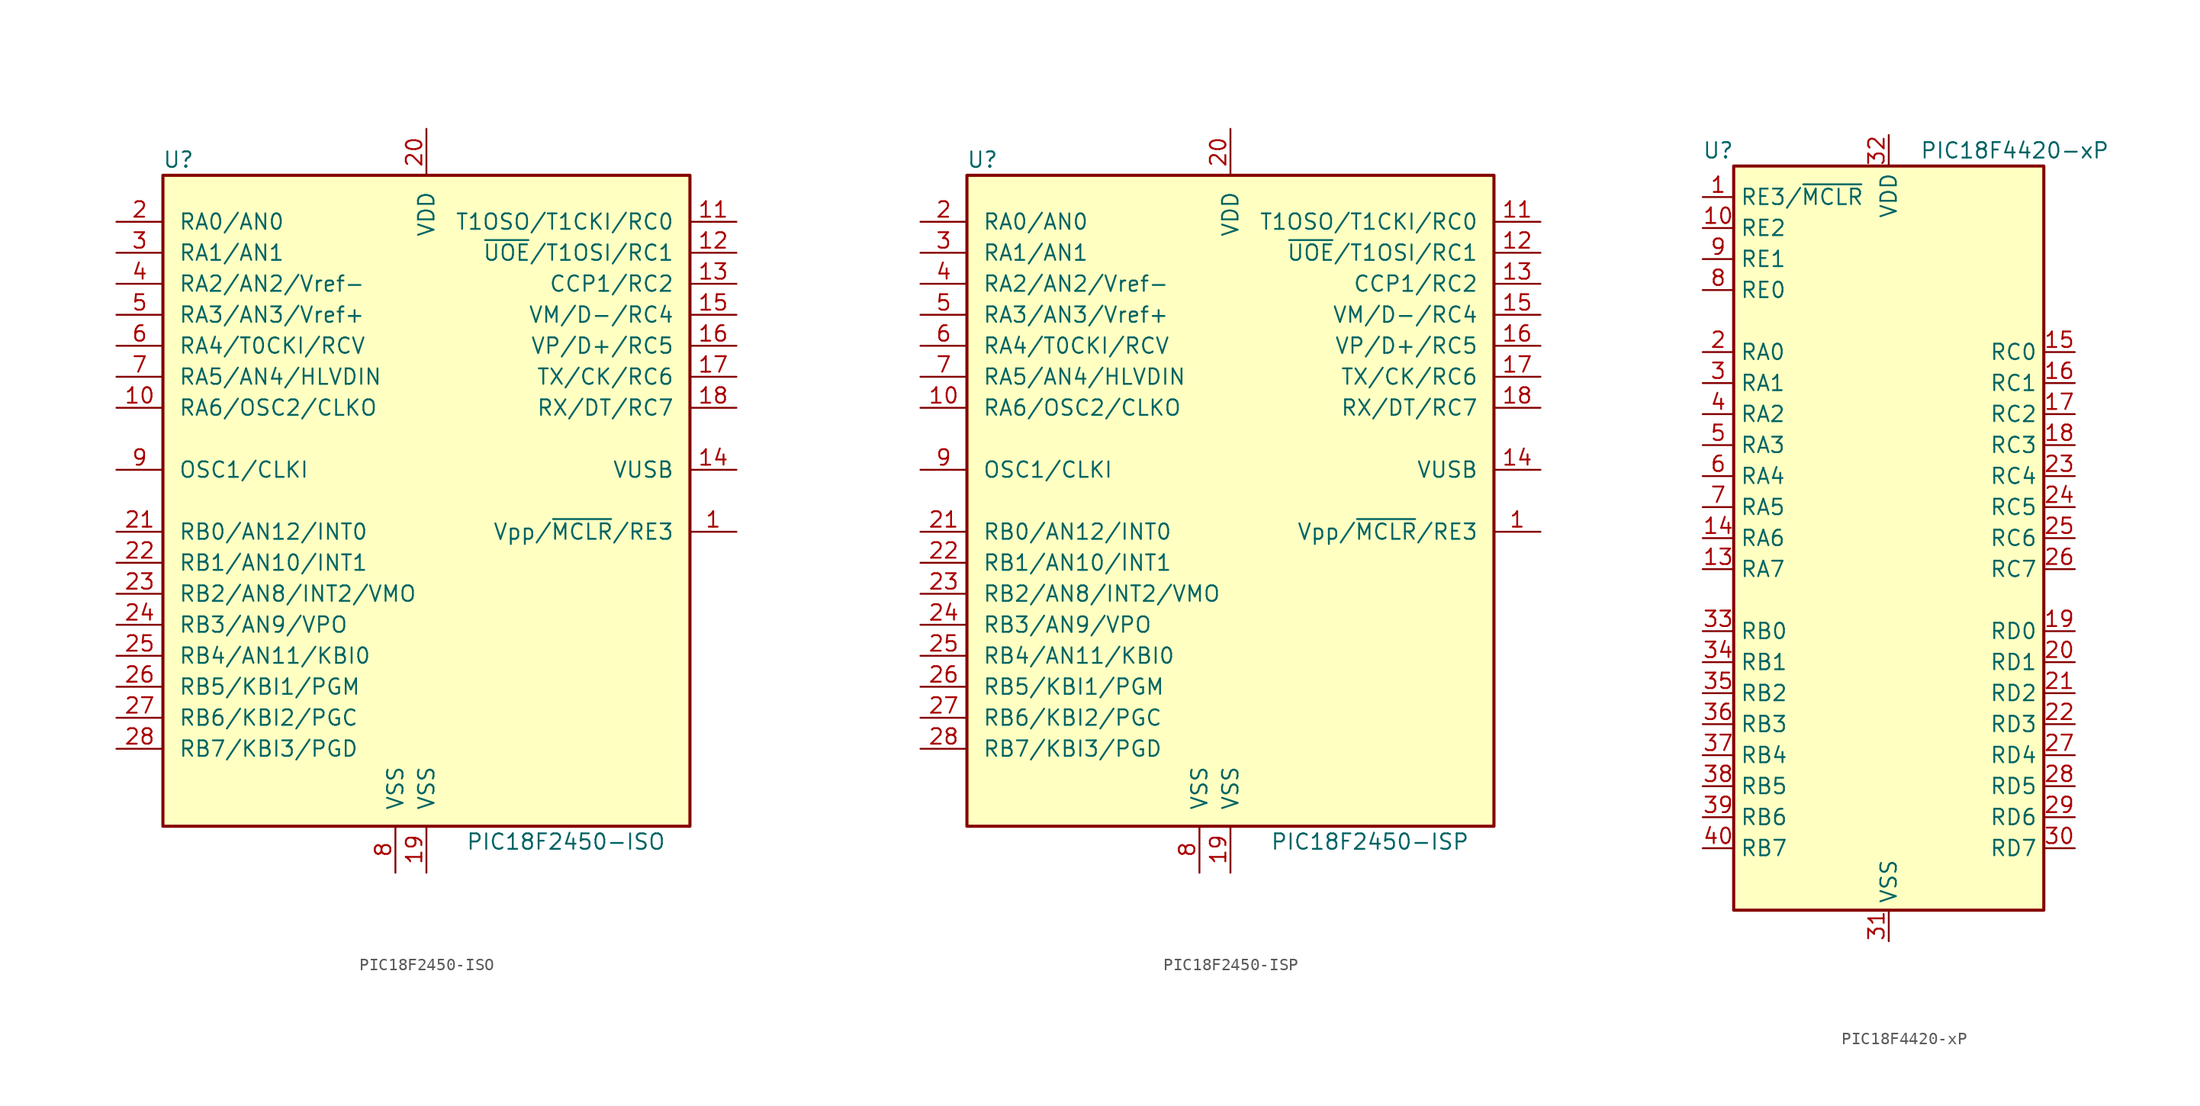
<source format=kicad_sym>
(kicad_symbol_lib
  (version 20201005)
  (generator kicad_symbol_editor)
  (symbol "PIC18F2450-ISO"
    (pin_names
      (offset 1.27))
    (property "Reference" "U"
      (at -20.32 27.94 0)
      (effects (font (size 1.27 1.27))))
    (property "Value" "PIC18F2450-ISO"
      (at 11.43 -27.94 0)
      (effects (font (size 1.27 1.27))))
    (symbol "PIC18F2450-ISO_0_1"
      (rectangle (start -21.59 26.67) (end 21.59 -26.67) (stroke (width 0.254)) (fill (type background))))
    (symbol "PIC18F2450-ISO_1_1"
      (pin input line (at 25.4 -2.54 180) (length 3.81) (name "Vpp/~MCLR~/RE3" (effects (font (size 1.27 1.27)))) (number "1" (effects (font (size 1.27 1.27)))))
      (pin output line (at -25.4 7.62 0) (length 3.81) (name "RA6/OSC2/CLKO" (effects (font (size 1.27 1.27)))) (number "10" (effects (font (size 1.27 1.27)))))
      (pin bidirectional line (at 25.4 22.86 180) (length 3.81) (name "T1OSO/T1CKI/RC0" (effects (font (size 1.27 1.27)))) (number "11" (effects (font (size 1.27 1.27)))))
      (pin bidirectional line (at 25.4 20.32 180) (length 3.81) (name "~UOE~/T1OSI/RC1" (effects (font (size 1.27 1.27)))) (number "12" (effects (font (size 1.27 1.27)))))
      (pin bidirectional line (at 25.4 17.78 180) (length 3.81) (name "CCP1/RC2" (effects (font (size 1.27 1.27)))) (number "13" (effects (font (size 1.27 1.27)))))
      (pin bidirectional line (at 25.4 2.54 180) (length 3.81) (name "VUSB" (effects (font (size 1.27 1.27)))) (number "14" (effects (font (size 1.27 1.27)))))
      (pin bidirectional line (at 25.4 15.24 180) (length 3.81) (name "VM/D-/RC4" (effects (font (size 1.27 1.27)))) (number "15" (effects (font (size 1.27 1.27)))))
      (pin bidirectional line (at 25.4 12.7 180) (length 3.81) (name "VP/D+/RC5" (effects (font (size 1.27 1.27)))) (number "16" (effects (font (size 1.27 1.27)))))
      (pin bidirectional line (at 25.4 10.16 180) (length 3.81) (name "TX/CK/RC6" (effects (font (size 1.27 1.27)))) (number "17" (effects (font (size 1.27 1.27)))))
      (pin bidirectional line (at 25.4 7.62 180) (length 3.81) (name "RX/DT/RC7" (effects (font (size 1.27 1.27)))) (number "18" (effects (font (size 1.27 1.27)))))
      (pin power_in line (at 0 -30.48 90) (length 3.81) (name "VSS" (effects (font (size 1.27 1.27)))) (number "19" (effects (font (size 1.27 1.27)))))
      (pin bidirectional line (at -25.4 22.86 0) (length 3.81) (name "RA0/AN0" (effects (font (size 1.27 1.27)))) (number "2" (effects (font (size 1.27 1.27)))))
      (pin power_in line (at 0 30.48 270) (length 3.81) (name "VDD" (effects (font (size 1.27 1.27)))) (number "20" (effects (font (size 1.27 1.27)))))
      (pin bidirectional line (at -25.4 -2.54 0) (length 3.81) (name "RB0/AN12/INT0" (effects (font (size 1.27 1.27)))) (number "21" (effects (font (size 1.27 1.27)))))
      (pin bidirectional line (at -25.4 -5.08 0) (length 3.81) (name "RB1/AN10/INT1" (effects (font (size 1.27 1.27)))) (number "22" (effects (font (size 1.27 1.27)))))
      (pin bidirectional line (at -25.4 -7.62 0) (length 3.81) (name "RB2/AN8/INT2/VMO" (effects (font (size 1.27 1.27)))) (number "23" (effects (font (size 1.27 1.27)))))
      (pin bidirectional line (at -25.4 -10.16 0) (length 3.81) (name "RB3/AN9/VPO" (effects (font (size 1.27 1.27)))) (number "24" (effects (font (size 1.27 1.27)))))
      (pin bidirectional line (at -25.4 -12.7 0) (length 3.81) (name "RB4/AN11/KBI0" (effects (font (size 1.27 1.27)))) (number "25" (effects (font (size 1.27 1.27)))))
      (pin bidirectional line (at -25.4 -15.24 0) (length 3.81) (name "RB5/KBI1/PGM" (effects (font (size 1.27 1.27)))) (number "26" (effects (font (size 1.27 1.27)))))
      (pin bidirectional line (at -25.4 -17.78 0) (length 3.81) (name "RB6/KBI2/PGC" (effects (font (size 1.27 1.27)))) (number "27" (effects (font (size 1.27 1.27)))))
      (pin bidirectional line (at -25.4 -20.32 0) (length 3.81) (name "RB7/KBI3/PGD" (effects (font (size 1.27 1.27)))) (number "28" (effects (font (size 1.27 1.27)))))
      (pin bidirectional line (at -25.4 20.32 0) (length 3.81) (name "RA1/AN1" (effects (font (size 1.27 1.27)))) (number "3" (effects (font (size 1.27 1.27)))))
      (pin bidirectional line (at -25.4 17.78 0) (length 3.81) (name "RA2/AN2/Vref-" (effects (font (size 1.27 1.27)))) (number "4" (effects (font (size 1.27 1.27)))))
      (pin bidirectional line (at -25.4 15.24 0) (length 3.81) (name "RA3/AN3/Vref+" (effects (font (size 1.27 1.27)))) (number "5" (effects (font (size 1.27 1.27)))))
      (pin bidirectional line (at -25.4 12.7 0) (length 3.81) (name "RA4/T0CKI/RCV" (effects (font (size 1.27 1.27)))) (number "6" (effects (font (size 1.27 1.27)))))
      (pin bidirectional line (at -25.4 10.16 0) (length 3.81) (name "RA5/AN4/HLVDIN" (effects (font (size 1.27 1.27)))) (number "7" (effects (font (size 1.27 1.27)))))
      (pin power_in line (at -2.54 -30.48 90) (length 3.81) (name "VSS" (effects (font (size 1.27 1.27)))) (number "8" (effects (font (size 1.27 1.27)))))
      (pin input line (at -25.4 2.54 0) (length 3.81) (name "OSC1/CLKI" (effects (font (size 1.27 1.27)))) (number "9" (effects (font (size 1.27 1.27)))))))
  (symbol "PIC18F2450-ISP"
    (pin_names
      (offset 1.27))
    (property "Reference" "U"
      (at -20.32 27.94 0)
      (effects (font (size 1.27 1.27))))
    (property "Value" "PIC18F2450-ISP"
      (at 11.43 -27.94 0)
      (effects (font (size 1.27 1.27))))
    (symbol "PIC18F2450-ISP_0_1"
      (rectangle (start -21.59 26.67) (end 21.59 -26.67) (stroke (width 0.254)) (fill (type background))))
    (symbol "PIC18F2450-ISP_1_1"
      (pin input line (at 25.4 -2.54 180) (length 3.81) (name "Vpp/~MCLR~/RE3" (effects (font (size 1.27 1.27)))) (number "1" (effects (font (size 1.27 1.27)))))
      (pin output line (at -25.4 7.62 0) (length 3.81) (name "RA6/OSC2/CLKO" (effects (font (size 1.27 1.27)))) (number "10" (effects (font (size 1.27 1.27)))))
      (pin bidirectional line (at 25.4 22.86 180) (length 3.81) (name "T1OSO/T1CKI/RC0" (effects (font (size 1.27 1.27)))) (number "11" (effects (font (size 1.27 1.27)))))
      (pin bidirectional line (at 25.4 20.32 180) (length 3.81) (name "~UOE~/T1OSI/RC1" (effects (font (size 1.27 1.27)))) (number "12" (effects (font (size 1.27 1.27)))))
      (pin bidirectional line (at 25.4 17.78 180) (length 3.81) (name "CCP1/RC2" (effects (font (size 1.27 1.27)))) (number "13" (effects (font (size 1.27 1.27)))))
      (pin bidirectional line (at 25.4 2.54 180) (length 3.81) (name "VUSB" (effects (font (size 1.27 1.27)))) (number "14" (effects (font (size 1.27 1.27)))))
      (pin bidirectional line (at 25.4 15.24 180) (length 3.81) (name "VM/D-/RC4" (effects (font (size 1.27 1.27)))) (number "15" (effects (font (size 1.27 1.27)))))
      (pin bidirectional line (at 25.4 12.7 180) (length 3.81) (name "VP/D+/RC5" (effects (font (size 1.27 1.27)))) (number "16" (effects (font (size 1.27 1.27)))))
      (pin bidirectional line (at 25.4 10.16 180) (length 3.81) (name "TX/CK/RC6" (effects (font (size 1.27 1.27)))) (number "17" (effects (font (size 1.27 1.27)))))
      (pin bidirectional line (at 25.4 7.62 180) (length 3.81) (name "RX/DT/RC7" (effects (font (size 1.27 1.27)))) (number "18" (effects (font (size 1.27 1.27)))))
      (pin power_in line (at 0 -30.48 90) (length 3.81) (name "VSS" (effects (font (size 1.27 1.27)))) (number "19" (effects (font (size 1.27 1.27)))))
      (pin bidirectional line (at -25.4 22.86 0) (length 3.81) (name "RA0/AN0" (effects (font (size 1.27 1.27)))) (number "2" (effects (font (size 1.27 1.27)))))
      (pin power_in line (at 0 30.48 270) (length 3.81) (name "VDD" (effects (font (size 1.27 1.27)))) (number "20" (effects (font (size 1.27 1.27)))))
      (pin bidirectional line (at -25.4 -2.54 0) (length 3.81) (name "RB0/AN12/INT0" (effects (font (size 1.27 1.27)))) (number "21" (effects (font (size 1.27 1.27)))))
      (pin bidirectional line (at -25.4 -5.08 0) (length 3.81) (name "RB1/AN10/INT1" (effects (font (size 1.27 1.27)))) (number "22" (effects (font (size 1.27 1.27)))))
      (pin bidirectional line (at -25.4 -7.62 0) (length 3.81) (name "RB2/AN8/INT2/VMO" (effects (font (size 1.27 1.27)))) (number "23" (effects (font (size 1.27 1.27)))))
      (pin bidirectional line (at -25.4 -10.16 0) (length 3.81) (name "RB3/AN9/VPO" (effects (font (size 1.27 1.27)))) (number "24" (effects (font (size 1.27 1.27)))))
      (pin bidirectional line (at -25.4 -12.7 0) (length 3.81) (name "RB4/AN11/KBI0" (effects (font (size 1.27 1.27)))) (number "25" (effects (font (size 1.27 1.27)))))
      (pin bidirectional line (at -25.4 -15.24 0) (length 3.81) (name "RB5/KBI1/PGM" (effects (font (size 1.27 1.27)))) (number "26" (effects (font (size 1.27 1.27)))))
      (pin bidirectional line (at -25.4 -17.78 0) (length 3.81) (name "RB6/KBI2/PGC" (effects (font (size 1.27 1.27)))) (number "27" (effects (font (size 1.27 1.27)))))
      (pin bidirectional line (at -25.4 -20.32 0) (length 3.81) (name "RB7/KBI3/PGD" (effects (font (size 1.27 1.27)))) (number "28" (effects (font (size 1.27 1.27)))))
      (pin bidirectional line (at -25.4 20.32 0) (length 3.81) (name "RA1/AN1" (effects (font (size 1.27 1.27)))) (number "3" (effects (font (size 1.27 1.27)))))
      (pin bidirectional line (at -25.4 17.78 0) (length 3.81) (name "RA2/AN2/Vref-" (effects (font (size 1.27 1.27)))) (number "4" (effects (font (size 1.27 1.27)))))
      (pin bidirectional line (at -25.4 15.24 0) (length 3.81) (name "RA3/AN3/Vref+" (effects (font (size 1.27 1.27)))) (number "5" (effects (font (size 1.27 1.27)))))
      (pin bidirectional line (at -25.4 12.7 0) (length 3.81) (name "RA4/T0CKI/RCV" (effects (font (size 1.27 1.27)))) (number "6" (effects (font (size 1.27 1.27)))))
      (pin bidirectional line (at -25.4 10.16 0) (length 3.81) (name "RA5/AN4/HLVDIN" (effects (font (size 1.27 1.27)))) (number "7" (effects (font (size 1.27 1.27)))))
      (pin power_in line (at -2.54 -30.48 90) (length 3.81) (name "VSS" (effects (font (size 1.27 1.27)))) (number "8" (effects (font (size 1.27 1.27)))))
      (pin input line (at -25.4 2.54 0) (length 3.81) (name "OSC1/CLKI" (effects (font (size 1.27 1.27)))) (number "9" (effects (font (size 1.27 1.27)))))))
  (symbol "PIC18F4420-xP"
    (property "Reference" "U"
      (at -13.97 31.75 0)
      (effects (font (size 1.27 1.27))))
    (property "Value" "PIC18F4420-xP"
      (at 2.54 31.75 0)
      (effects (font (size 1.27 1.27)) (justify left)))
    (symbol "PIC18F4420-xP_0_1"
      (rectangle (start -12.7 30.48) (end 12.7 -30.48) (stroke (width 0.254)) (fill (type background))))
    (symbol "PIC18F4420-xP_1_1"
      (pin input line (at -15.24 27.94 0) (length 2.54) (name "RE3/~MCLR~" (effects (font (size 1.27 1.27)))) (number "1" (effects (font (size 1.27 1.27)))))
      (pin bidirectional line (at -15.24 25.4 0) (length 2.54) (name "RE2" (effects (font (size 1.27 1.27)))) (number "10" (effects (font (size 1.27 1.27)))))
      (pin passive line (at 0 33.02 270) (length 2.54) hide (name "VDD" (effects (font (size 1.27 1.27)))) (number "11" (effects (font (size 1.27 1.27)))))
      (pin passive line (at 0 -33.02 90) (length 2.54) hide (name "VSS" (effects (font (size 1.27 1.27)))) (number "12" (effects (font (size 1.27 1.27)))))
      (pin bidirectional line (at -15.24 -2.54 0) (length 2.54) (name "RA7" (effects (font (size 1.27 1.27)))) (number "13" (effects (font (size 1.27 1.27)))))
      (pin bidirectional line (at -15.24 0 0) (length 2.54) (name "RA6" (effects (font (size 1.27 1.27)))) (number "14" (effects (font (size 1.27 1.27)))))
      (pin bidirectional line (at 15.24 15.24 180) (length 2.54) (name "RC0" (effects (font (size 1.27 1.27)))) (number "15" (effects (font (size 1.27 1.27)))))
      (pin bidirectional line (at 15.24 12.7 180) (length 2.54) (name "RC1" (effects (font (size 1.27 1.27)))) (number "16" (effects (font (size 1.27 1.27)))))
      (pin bidirectional line (at 15.24 10.16 180) (length 2.54) (name "RC2" (effects (font (size 1.27 1.27)))) (number "17" (effects (font (size 1.27 1.27)))))
      (pin bidirectional line (at 15.24 7.62 180) (length 2.54) (name "RC3" (effects (font (size 1.27 1.27)))) (number "18" (effects (font (size 1.27 1.27)))))
      (pin bidirectional line (at 15.24 -7.62 180) (length 2.54) (name "RD0" (effects (font (size 1.27 1.27)))) (number "19" (effects (font (size 1.27 1.27)))))
      (pin bidirectional line (at -15.24 15.24 0) (length 2.54) (name "RA0" (effects (font (size 1.27 1.27)))) (number "2" (effects (font (size 1.27 1.27)))))
      (pin bidirectional line (at 15.24 -10.16 180) (length 2.54) (name "RD1" (effects (font (size 1.27 1.27)))) (number "20" (effects (font (size 1.27 1.27)))))
      (pin bidirectional line (at 15.24 -12.7 180) (length 2.54) (name "RD2" (effects (font (size 1.27 1.27)))) (number "21" (effects (font (size 1.27 1.27)))))
      (pin bidirectional line (at 15.24 -15.24 180) (length 2.54) (name "RD3" (effects (font (size 1.27 1.27)))) (number "22" (effects (font (size 1.27 1.27)))))
      (pin bidirectional line (at 15.24 5.08 180) (length 2.54) (name "RC4" (effects (font (size 1.27 1.27)))) (number "23" (effects (font (size 1.27 1.27)))))
      (pin bidirectional line (at 15.24 2.54 180) (length 2.54) (name "RC5" (effects (font (size 1.27 1.27)))) (number "24" (effects (font (size 1.27 1.27)))))
      (pin bidirectional line (at 15.24 0 180) (length 2.54) (name "RC6" (effects (font (size 1.27 1.27)))) (number "25" (effects (font (size 1.27 1.27)))))
      (pin bidirectional line (at 15.24 -2.54 180) (length 2.54) (name "RC7" (effects (font (size 1.27 1.27)))) (number "26" (effects (font (size 1.27 1.27)))))
      (pin bidirectional line (at 15.24 -17.78 180) (length 2.54) (name "RD4" (effects (font (size 1.27 1.27)))) (number "27" (effects (font (size 1.27 1.27)))))
      (pin bidirectional line (at 15.24 -20.32 180) (length 2.54) (name "RD5" (effects (font (size 1.27 1.27)))) (number "28" (effects (font (size 1.27 1.27)))))
      (pin bidirectional line (at 15.24 -22.86 180) (length 2.54) (name "RD6" (effects (font (size 1.27 1.27)))) (number "29" (effects (font (size 1.27 1.27)))))
      (pin bidirectional line (at -15.24 12.7 0) (length 2.54) (name "RA1" (effects (font (size 1.27 1.27)))) (number "3" (effects (font (size 1.27 1.27)))))
      (pin bidirectional line (at 15.24 -25.4 180) (length 2.54) (name "RD7" (effects (font (size 1.27 1.27)))) (number "30" (effects (font (size 1.27 1.27)))))
      (pin power_in line (at 0 -33.02 90) (length 2.54) (name "VSS" (effects (font (size 1.27 1.27)))) (number "31" (effects (font (size 1.27 1.27)))))
      (pin power_in line (at 0 33.02 270) (length 2.54) (name "VDD" (effects (font (size 1.27 1.27)))) (number "32" (effects (font (size 1.27 1.27)))))
      (pin bidirectional line (at -15.24 -7.62 0) (length 2.54) (name "RB0" (effects (font (size 1.27 1.27)))) (number "33" (effects (font (size 1.27 1.27)))))
      (pin bidirectional line (at -15.24 -10.16 0) (length 2.54) (name "RB1" (effects (font (size 1.27 1.27)))) (number "34" (effects (font (size 1.27 1.27)))))
      (pin bidirectional line (at -15.24 -12.7 0) (length 2.54) (name "RB2" (effects (font (size 1.27 1.27)))) (number "35" (effects (font (size 1.27 1.27)))))
      (pin bidirectional line (at -15.24 -15.24 0) (length 2.54) (name "RB3" (effects (font (size 1.27 1.27)))) (number "36" (effects (font (size 1.27 1.27)))))
      (pin bidirectional line (at -15.24 -17.78 0) (length 2.54) (name "RB4" (effects (font (size 1.27 1.27)))) (number "37" (effects (font (size 1.27 1.27)))))
      (pin bidirectional line (at -15.24 -20.32 0) (length 2.54) (name "RB5" (effects (font (size 1.27 1.27)))) (number "38" (effects (font (size 1.27 1.27)))))
      (pin bidirectional line (at -15.24 -22.86 0) (length 2.54) (name "RB6" (effects (font (size 1.27 1.27)))) (number "39" (effects (font (size 1.27 1.27)))))
      (pin bidirectional line (at -15.24 10.16 0) (length 2.54) (name "RA2" (effects (font (size 1.27 1.27)))) (number "4" (effects (font (size 1.27 1.27)))))
      (pin bidirectional line (at -15.24 -25.4 0) (length 2.54) (name "RB7" (effects (font (size 1.27 1.27)))) (number "40" (effects (font (size 1.27 1.27)))))
      (pin bidirectional line (at -15.24 7.62 0) (length 2.54) (name "RA3" (effects (font (size 1.27 1.27)))) (number "5" (effects (font (size 1.27 1.27)))))
      (pin bidirectional line (at -15.24 5.08 0) (length 2.54) (name "RA4" (effects (font (size 1.27 1.27)))) (number "6" (effects (font (size 1.27 1.27)))))
      (pin bidirectional line (at -15.24 2.54 0) (length 2.54) (name "RA5" (effects (font (size 1.27 1.27)))) (number "7" (effects (font (size 1.27 1.27)))))
      (pin bidirectional line (at -15.24 20.32 0) (length 2.54) (name "RE0" (effects (font (size 1.27 1.27)))) (number "8" (effects (font (size 1.27 1.27)))))
      (pin bidirectional line (at -15.24 22.86 0) (length 2.54) (name "RE1" (effects (font (size 1.27 1.27)))) (number "9" (effects (font (size 1.27 1.27))))))))
</source>
